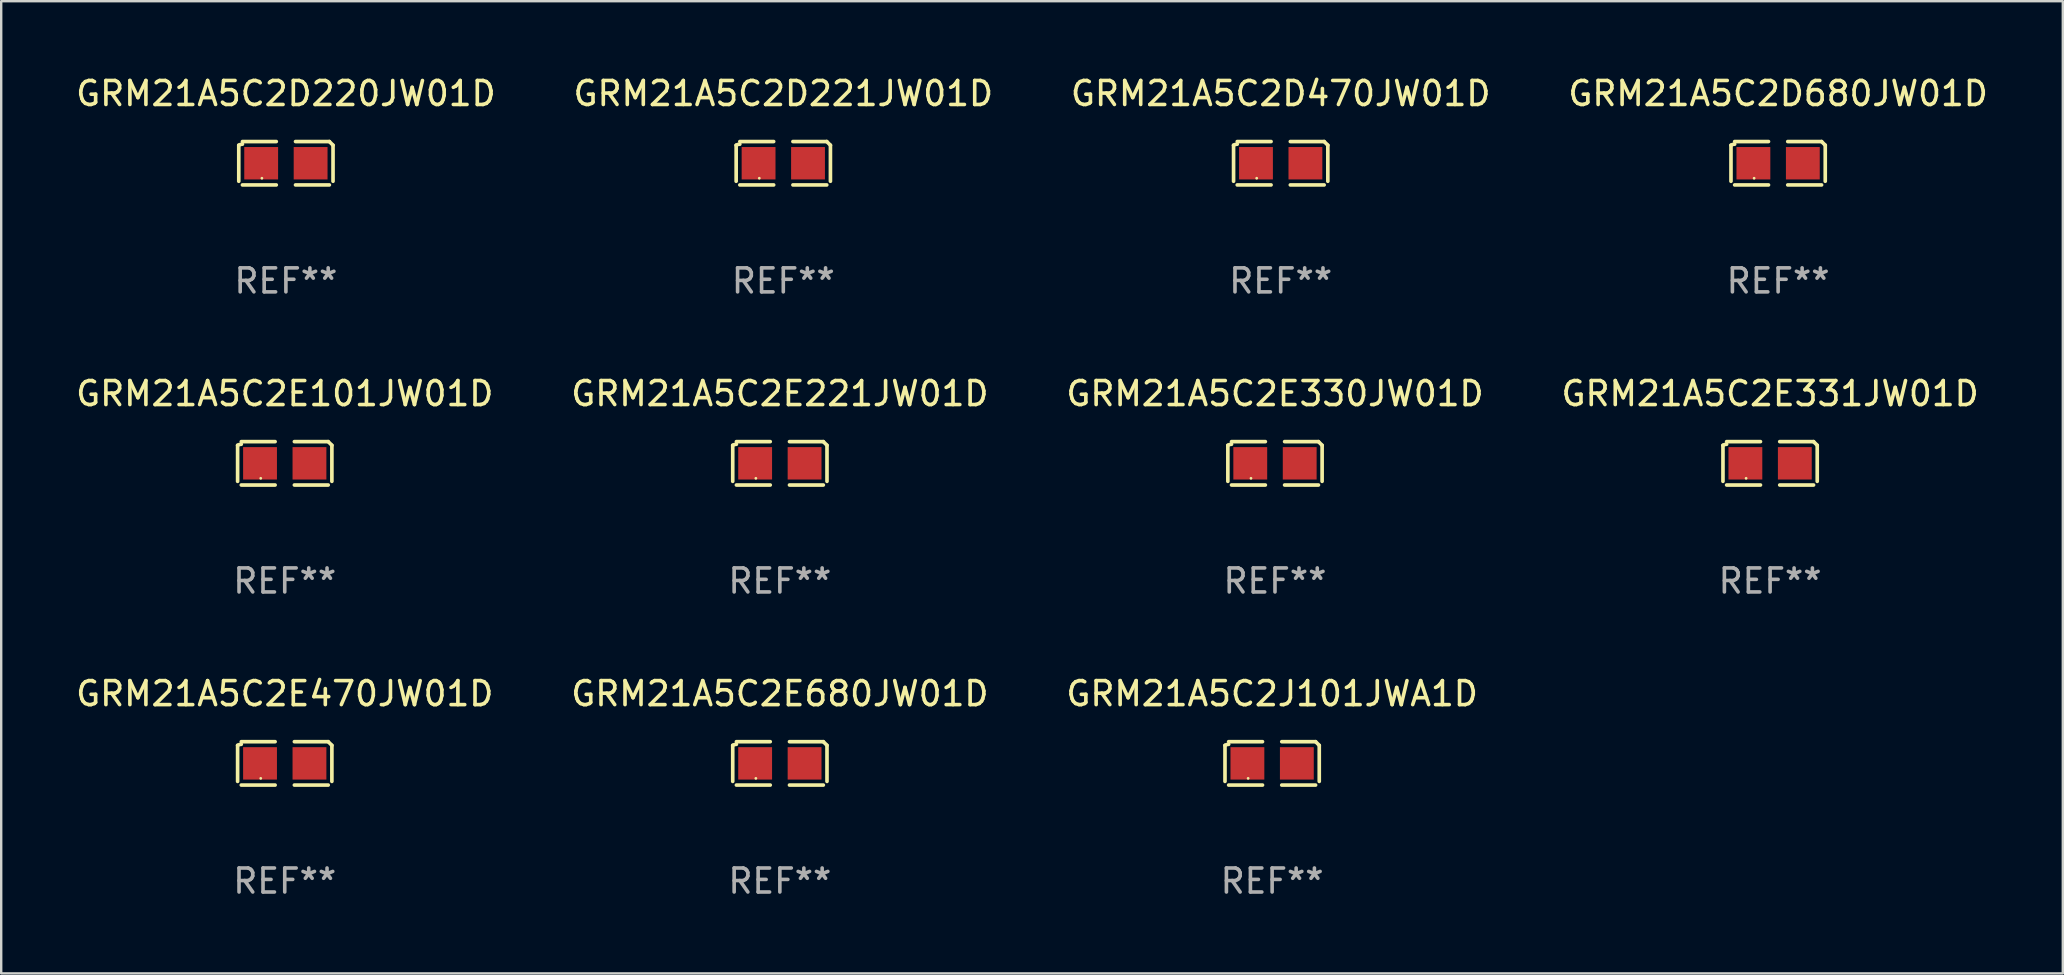
<source format=kicad_pcb>
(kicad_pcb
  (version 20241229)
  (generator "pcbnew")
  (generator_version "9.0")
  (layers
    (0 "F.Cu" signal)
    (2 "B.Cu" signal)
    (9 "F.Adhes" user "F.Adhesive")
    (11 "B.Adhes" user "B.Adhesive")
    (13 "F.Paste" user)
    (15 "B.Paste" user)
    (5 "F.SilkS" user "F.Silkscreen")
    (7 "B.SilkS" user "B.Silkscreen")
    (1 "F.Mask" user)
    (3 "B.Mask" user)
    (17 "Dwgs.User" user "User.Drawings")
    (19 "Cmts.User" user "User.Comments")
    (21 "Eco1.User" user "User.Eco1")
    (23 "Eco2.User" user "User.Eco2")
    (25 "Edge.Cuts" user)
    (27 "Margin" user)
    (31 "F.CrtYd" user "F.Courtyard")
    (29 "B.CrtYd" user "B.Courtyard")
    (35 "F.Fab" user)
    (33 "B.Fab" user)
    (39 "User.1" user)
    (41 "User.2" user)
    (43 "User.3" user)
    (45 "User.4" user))
  (footprint "GRM21A5C2E330JW01D"
    (layer "F.Cu")
    (at 50.077 16.256)
    (property "Reference" "GRM21A5C2E330JW01D" (at 0 -2.904 0) (layer "F.SilkS") (effects (font (size 1 1) (thickness 0.15))))
    (attr through_hole)
    (fp_line (start -1.964 0.751) (end -1.964 -0.751) (stroke (width 0.152) (type solid)) (layer "F.SilkS"))
    (fp_line (start -1.811 -0.904) (end -0.401 -0.904) (stroke (width 0.152) (type solid)) (layer "F.SilkS"))
    (fp_line (start -0.401 0.904) (end -1.811 0.904) (stroke (width 0.152) (type solid)) (layer "F.SilkS"))
    (fp_line (start 0.401 0.904) (end 1.811 0.904) (stroke (width 0.152) (type solid)) (layer "F.SilkS"))
    (fp_line (start 1.811 -0.904) (end 0.401 -0.904) (stroke (width 0.152) (type solid)) (layer "F.SilkS"))
    (fp_line (start 1.964 0.751) (end 1.964 -0.751) (stroke (width 0.152) (type solid)) (layer "F.SilkS"))
    (fp_arc (start -1.963602 -0.751207) (mid -1.890354 -0.783131) (end -1.811201 -0.794044) (stroke (width 0.1524) (type solid)) (layer "F.SilkS"))
    (fp_arc (start 1.811202 -0.903607) (mid 1.887413 -0.827418) (end 1.963602 -0.751207) (stroke (width 0.1524) (type solid)) (layer "F.SilkS"))
    (fp_circle (center -1 0.625) (end -0.97 0.625) (stroke (width 0.06) (type solid)) (fill no) (layer "F.SilkS"))
    (fp_text user "REF**" (at 0 4.904 0) (layer "F.Fab") (effects (font (size 1 1) (thickness 0.15))))
    (pad "1" smd rect (at -1.03 0) (size 1.41 1.35) (layers "F.Cu" "F.Mask" "F.Paste"))
    (pad "2" smd rect (at 1.03 0) (size 1.41 1.35) (layers "F.Cu" "F.Mask" "F.Paste")))
  (footprint "GRM21A5C2E331JW01D"
    (layer "F.Cu")
    (at 70.708 16.256)
    (property "Reference" "GRM21A5C2E331JW01D" (at 0 -2.904 0) (layer "F.SilkS") (effects (font (size 1 1) (thickness 0.15))))
    (attr through_hole)
    (fp_line (start -1.964 0.751) (end -1.964 -0.751) (stroke (width 0.152) (type solid)) (layer "F.SilkS"))
    (fp_line (start -1.811 -0.904) (end -0.401 -0.904) (stroke (width 0.152) (type solid)) (layer "F.SilkS"))
    (fp_line (start -0.401 0.904) (end -1.811 0.904) (stroke (width 0.152) (type solid)) (layer "F.SilkS"))
    (fp_line (start 0.401 0.904) (end 1.811 0.904) (stroke (width 0.152) (type solid)) (layer "F.SilkS"))
    (fp_line (start 1.811 -0.904) (end 0.401 -0.904) (stroke (width 0.152) (type solid)) (layer "F.SilkS"))
    (fp_line (start 1.964 0.751) (end 1.964 -0.751) (stroke (width 0.152) (type solid)) (layer "F.SilkS"))
    (fp_arc (start -1.963602 -0.751207) (mid -1.890354 -0.783131) (end -1.811201 -0.794044) (stroke (width 0.1524) (type solid)) (layer "F.SilkS"))
    (fp_arc (start 1.811202 -0.903607) (mid 1.887413 -0.827418) (end 1.963602 -0.751207) (stroke (width 0.1524) (type solid)) (layer "F.SilkS"))
    (fp_circle (center -1 0.625) (end -0.97 0.625) (stroke (width 0.06) (type solid)) (fill no) (layer "F.SilkS"))
    (fp_text user "REF**" (at 0 4.904 0) (layer "F.Fab") (effects (font (size 1 1) (thickness 0.15))))
    (pad "1" smd rect (at -1.03 0) (size 1.41 1.35) (layers "F.Cu" "F.Mask" "F.Paste"))
    (pad "2" smd rect (at 1.03 0) (size 1.41 1.35) (layers "F.Cu" "F.Mask" "F.Paste")))
  (footprint "GRM21A5C2E221JW01D"
    (layer "F.Cu")
    (at 29.446 16.256)
    (property "Reference" "GRM21A5C2E221JW01D" (at 0 -2.904 0) (layer "F.SilkS") (effects (font (size 1 1) (thickness 0.15))))
    (attr through_hole)
    (fp_line (start -1.964 0.751) (end -1.964 -0.751) (stroke (width 0.152) (type solid)) (layer "F.SilkS"))
    (fp_line (start -1.811 -0.904) (end -0.401 -0.904) (stroke (width 0.152) (type solid)) (layer "F.SilkS"))
    (fp_line (start -0.401 0.904) (end -1.811 0.904) (stroke (width 0.152) (type solid)) (layer "F.SilkS"))
    (fp_line (start 0.401 0.904) (end 1.811 0.904) (stroke (width 0.152) (type solid)) (layer "F.SilkS"))
    (fp_line (start 1.811 -0.904) (end 0.401 -0.904) (stroke (width 0.152) (type solid)) (layer "F.SilkS"))
    (fp_line (start 1.964 0.751) (end 1.964 -0.751) (stroke (width 0.152) (type solid)) (layer "F.SilkS"))
    (fp_arc (start -1.963602 -0.751207) (mid -1.890354 -0.783131) (end -1.811201 -0.794044) (stroke (width 0.1524) (type solid)) (layer "F.SilkS"))
    (fp_arc (start 1.811202 -0.903607) (mid 1.887413 -0.827418) (end 1.963602 -0.751207) (stroke (width 0.1524) (type solid)) (layer "F.SilkS"))
    (fp_circle (center -1 0.625) (end -0.97 0.625) (stroke (width 0.06) (type solid)) (fill no) (layer "F.SilkS"))
    (fp_text user "REF**" (at 0 4.904 0) (layer "F.Fab") (effects (font (size 1 1) (thickness 0.15))))
    (pad "1" smd rect (at -1.03 0) (size 1.41 1.35) (layers "F.Cu" "F.Mask" "F.Paste"))
    (pad "2" smd rect (at 1.03 0) (size 1.41 1.35) (layers "F.Cu" "F.Mask" "F.Paste")))
  (footprint "GRM21A5C2E680JW01D"
    (layer "F.Cu")
    (at 29.446 28.759)
    (property "Reference" "GRM21A5C2E680JW01D" (at 0 -2.904 0) (layer "F.SilkS") (effects (font (size 1 1) (thickness 0.15))))
    (attr through_hole)
    (fp_line (start -1.964 0.751) (end -1.964 -0.751) (stroke (width 0.152) (type solid)) (layer "F.SilkS"))
    (fp_line (start -1.811 -0.904) (end -0.401 -0.904) (stroke (width 0.152) (type solid)) (layer "F.SilkS"))
    (fp_line (start -0.401 0.904) (end -1.811 0.904) (stroke (width 0.152) (type solid)) (layer "F.SilkS"))
    (fp_line (start 0.401 0.904) (end 1.811 0.904) (stroke (width 0.152) (type solid)) (layer "F.SilkS"))
    (fp_line (start 1.811 -0.904) (end 0.401 -0.904) (stroke (width 0.152) (type solid)) (layer "F.SilkS"))
    (fp_line (start 1.964 0.751) (end 1.964 -0.751) (stroke (width 0.152) (type solid)) (layer "F.SilkS"))
    (fp_arc (start -1.963602 -0.751207) (mid -1.890354 -0.783131) (end -1.811201 -0.794044) (stroke (width 0.1524) (type solid)) (layer "F.SilkS"))
    (fp_arc (start 1.811202 -0.903607) (mid 1.887413 -0.827418) (end 1.963602 -0.751207) (stroke (width 0.1524) (type solid)) (layer "F.SilkS"))
    (fp_circle (center -1 0.625) (end -0.97 0.625) (stroke (width 0.06) (type solid)) (fill no) (layer "F.SilkS"))
    (fp_text user "REF**" (at 0 4.904 0) (layer "F.Fab") (effects (font (size 1 1) (thickness 0.15))))
    (pad "1" smd rect (at -1.03 0) (size 1.41 1.35) (layers "F.Cu" "F.Mask" "F.Paste"))
    (pad "2" smd rect (at 1.03 0) (size 1.41 1.35) (layers "F.Cu" "F.Mask" "F.Paste")))
  (footprint "GRM21A5C2D220JW01D"
    (layer "F.Cu")
    (at 8.863 3.752)
    (property "Reference" "GRM21A5C2D220JW01D" (at 0 -2.904 0) (layer "F.SilkS") (effects (font (size 1 1) (thickness 0.15))))
    (attr through_hole)
    (fp_line (start -1.964 0.751) (end -1.964 -0.751) (stroke (width 0.152) (type solid)) (layer "F.SilkS"))
    (fp_line (start -1.811 -0.904) (end -0.401 -0.904) (stroke (width 0.152) (type solid)) (layer "F.SilkS"))
    (fp_line (start -0.401 0.904) (end -1.811 0.904) (stroke (width 0.152) (type solid)) (layer "F.SilkS"))
    (fp_line (start 0.401 0.904) (end 1.811 0.904) (stroke (width 0.152) (type solid)) (layer "F.SilkS"))
    (fp_line (start 1.811 -0.904) (end 0.401 -0.904) (stroke (width 0.152) (type solid)) (layer "F.SilkS"))
    (fp_line (start 1.964 0.751) (end 1.964 -0.751) (stroke (width 0.152) (type solid)) (layer "F.SilkS"))
    (fp_arc (start -1.963602 -0.751207) (mid -1.890354 -0.783131) (end -1.811201 -0.794044) (stroke (width 0.1524) (type solid)) (layer "F.SilkS"))
    (fp_arc (start 1.811202 -0.903607) (mid 1.887413 -0.827418) (end 1.963602 -0.751207) (stroke (width 0.1524) (type solid)) (layer "F.SilkS"))
    (fp_circle (center -1 0.625) (end -0.97 0.625) (stroke (width 0.06) (type solid)) (fill no) (layer "F.SilkS"))
    (fp_text user "REF**" (at 0 4.904 0) (layer "F.Fab") (effects (font (size 1 1) (thickness 0.15))))
    (pad "1" smd rect (at -1.03 0) (size 1.41 1.35) (layers "F.Cu" "F.Mask" "F.Paste"))
    (pad "2" smd rect (at 1.03 0) (size 1.41 1.35) (layers "F.Cu" "F.Mask" "F.Paste")))
  (footprint "GRM21A5C2E470JW01D"
    (layer "F.Cu")
    (at 8.815 28.759)
    (property "Reference" "GRM21A5C2E470JW01D" (at 0 -2.904 0) (layer "F.SilkS") (effects (font (size 1 1) (thickness 0.15))))
    (attr through_hole)
    (fp_line (start -1.964 0.751) (end -1.964 -0.751) (stroke (width 0.152) (type solid)) (layer "F.SilkS"))
    (fp_line (start -1.811 -0.904) (end -0.401 -0.904) (stroke (width 0.152) (type solid)) (layer "F.SilkS"))
    (fp_line (start -0.401 0.904) (end -1.811 0.904) (stroke (width 0.152) (type solid)) (layer "F.SilkS"))
    (fp_line (start 0.401 0.904) (end 1.811 0.904) (stroke (width 0.152) (type solid)) (layer "F.SilkS"))
    (fp_line (start 1.811 -0.904) (end 0.401 -0.904) (stroke (width 0.152) (type solid)) (layer "F.SilkS"))
    (fp_line (start 1.964 0.751) (end 1.964 -0.751) (stroke (width 0.152) (type solid)) (layer "F.SilkS"))
    (fp_arc (start -1.963602 -0.751207) (mid -1.890354 -0.783131) (end -1.811201 -0.794044) (stroke (width 0.1524) (type solid)) (layer "F.SilkS"))
    (fp_arc (start 1.811202 -0.903607) (mid 1.887413 -0.827418) (end 1.963602 -0.751207) (stroke (width 0.1524) (type solid)) (layer "F.SilkS"))
    (fp_circle (center -1 0.625) (end -0.97 0.625) (stroke (width 0.06) (type solid)) (fill no) (layer "F.SilkS"))
    (fp_text user "REF**" (at 0 4.904 0) (layer "F.Fab") (effects (font (size 1 1) (thickness 0.15))))
    (pad "1" smd rect (at -1.03 0) (size 1.41 1.35) (layers "F.Cu" "F.Mask" "F.Paste"))
    (pad "2" smd rect (at 1.03 0) (size 1.41 1.35) (layers "F.Cu" "F.Mask" "F.Paste")))
  (footprint "GRM21A5C2D680JW01D"
    (layer "F.Cu")
    (at 71.042 3.752)
    (property "Reference" "GRM21A5C2D680JW01D" (at 0 -2.904 0) (layer "F.SilkS") (effects (font (size 1 1) (thickness 0.15))))
    (attr through_hole)
    (fp_line (start -1.964 0.751) (end -1.964 -0.751) (stroke (width 0.152) (type solid)) (layer "F.SilkS"))
    (fp_line (start -1.811 -0.904) (end -0.401 -0.904) (stroke (width 0.152) (type solid)) (layer "F.SilkS"))
    (fp_line (start -0.401 0.904) (end -1.811 0.904) (stroke (width 0.152) (type solid)) (layer "F.SilkS"))
    (fp_line (start 0.401 0.904) (end 1.811 0.904) (stroke (width 0.152) (type solid)) (layer "F.SilkS"))
    (fp_line (start 1.811 -0.904) (end 0.401 -0.904) (stroke (width 0.152) (type solid)) (layer "F.SilkS"))
    (fp_line (start 1.964 0.751) (end 1.964 -0.751) (stroke (width 0.152) (type solid)) (layer "F.SilkS"))
    (fp_arc (start -1.963602 -0.751207) (mid -1.890354 -0.783131) (end -1.811201 -0.794044) (stroke (width 0.1524) (type solid)) (layer "F.SilkS"))
    (fp_arc (start 1.811202 -0.903607) (mid 1.887413 -0.827418) (end 1.963602 -0.751207) (stroke (width 0.1524) (type solid)) (layer "F.SilkS"))
    (fp_circle (center -1 0.625) (end -0.97 0.625) (stroke (width 0.06) (type solid)) (fill no) (layer "F.SilkS"))
    (fp_text user "REF**" (at 0 4.904 0) (layer "F.Fab") (effects (font (size 1 1) (thickness 0.15))))
    (pad "1" smd rect (at -1.03 0) (size 1.41 1.35) (layers "F.Cu" "F.Mask" "F.Paste"))
    (pad "2" smd rect (at 1.03 0) (size 1.41 1.35) (layers "F.Cu" "F.Mask" "F.Paste")))
  (footprint "GRM21A5C2D221JW01D"
    (layer "F.Cu")
    (at 29.589 3.752)
    (property "Reference" "GRM21A5C2D221JW01D" (at 0 -2.904 0) (layer "F.SilkS") (effects (font (size 1 1) (thickness 0.15))))
    (attr through_hole)
    (fp_line (start -1.964 0.751) (end -1.964 -0.751) (stroke (width 0.152) (type solid)) (layer "F.SilkS"))
    (fp_line (start -1.811 -0.904) (end -0.401 -0.904) (stroke (width 0.152) (type solid)) (layer "F.SilkS"))
    (fp_line (start -0.401 0.904) (end -1.811 0.904) (stroke (width 0.152) (type solid)) (layer "F.SilkS"))
    (fp_line (start 0.401 0.904) (end 1.811 0.904) (stroke (width 0.152) (type solid)) (layer "F.SilkS"))
    (fp_line (start 1.811 -0.904) (end 0.401 -0.904) (stroke (width 0.152) (type solid)) (layer "F.SilkS"))
    (fp_line (start 1.964 0.751) (end 1.964 -0.751) (stroke (width 0.152) (type solid)) (layer "F.SilkS"))
    (fp_arc (start -1.963602 -0.751207) (mid -1.890354 -0.783131) (end -1.811201 -0.794044) (stroke (width 0.1524) (type solid)) (layer "F.SilkS"))
    (fp_arc (start 1.811202 -0.903607) (mid 1.887413 -0.827418) (end 1.963602 -0.751207) (stroke (width 0.1524) (type solid)) (layer "F.SilkS"))
    (fp_circle (center -1 0.625) (end -0.97 0.625) (stroke (width 0.06) (type solid)) (fill no) (layer "F.SilkS"))
    (fp_text user "REF**" (at 0 4.904 0) (layer "F.Fab") (effects (font (size 1 1) (thickness 0.15))))
    (pad "1" smd rect (at -1.03 0) (size 1.41 1.35) (layers "F.Cu" "F.Mask" "F.Paste"))
    (pad "2" smd rect (at 1.03 0) (size 1.41 1.35) (layers "F.Cu" "F.Mask" "F.Paste")))
  (footprint "GRM21A5C2E101JW01D"
    (layer "F.Cu")
    (at 8.815 16.256)
    (property "Reference" "GRM21A5C2E101JW01D" (at 0 -2.904 0) (layer "F.SilkS") (effects (font (size 1 1) (thickness 0.15))))
    (attr through_hole)
    (fp_line (start -1.964 0.751) (end -1.964 -0.751) (stroke (width 0.152) (type solid)) (layer "F.SilkS"))
    (fp_line (start -1.811 -0.904) (end -0.401 -0.904) (stroke (width 0.152) (type solid)) (layer "F.SilkS"))
    (fp_line (start -0.401 0.904) (end -1.811 0.904) (stroke (width 0.152) (type solid)) (layer "F.SilkS"))
    (fp_line (start 0.401 0.904) (end 1.811 0.904) (stroke (width 0.152) (type solid)) (layer "F.SilkS"))
    (fp_line (start 1.811 -0.904) (end 0.401 -0.904) (stroke (width 0.152) (type solid)) (layer "F.SilkS"))
    (fp_line (start 1.964 0.751) (end 1.964 -0.751) (stroke (width 0.152) (type solid)) (layer "F.SilkS"))
    (fp_arc (start -1.963602 -0.751207) (mid -1.890354 -0.783131) (end -1.811201 -0.794044) (stroke (width 0.1524) (type solid)) (layer "F.SilkS"))
    (fp_arc (start 1.811202 -0.903607) (mid 1.887413 -0.827418) (end 1.963602 -0.751207) (stroke (width 0.1524) (type solid)) (layer "F.SilkS"))
    (fp_circle (center -1 0.625) (end -0.97 0.625) (stroke (width 0.06) (type solid)) (fill no) (layer "F.SilkS"))
    (fp_text user "REF**" (at 0 4.904 0) (layer "F.Fab") (effects (font (size 1 1) (thickness 0.15))))
    (pad "1" smd rect (at -1.03 0) (size 1.41 1.35) (layers "F.Cu" "F.Mask" "F.Paste"))
    (pad "2" smd rect (at 1.03 0) (size 1.41 1.35) (layers "F.Cu" "F.Mask" "F.Paste")))
  (footprint "GRM21A5C2J101JWA1D"
    (layer "F.Cu")
    (at 49.958 28.759)
    (property "Reference" "GRM21A5C2J101JWA1D" (at 0 -2.904 0) (layer "F.SilkS") (effects (font (size 1 1) (thickness 0.15))))
    (attr through_hole)
    (fp_line (start -1.964 0.751) (end -1.964 -0.751) (stroke (width 0.152) (type solid)) (layer "F.SilkS"))
    (fp_line (start -1.811 -0.904) (end -0.401 -0.904) (stroke (width 0.152) (type solid)) (layer "F.SilkS"))
    (fp_line (start -0.401 0.904) (end -1.811 0.904) (stroke (width 0.152) (type solid)) (layer "F.SilkS"))
    (fp_line (start 0.401 0.904) (end 1.811 0.904) (stroke (width 0.152) (type solid)) (layer "F.SilkS"))
    (fp_line (start 1.811 -0.904) (end 0.401 -0.904) (stroke (width 0.152) (type solid)) (layer "F.SilkS"))
    (fp_line (start 1.964 0.751) (end 1.964 -0.751) (stroke (width 0.152) (type solid)) (layer "F.SilkS"))
    (fp_arc (start -1.963602 -0.751207) (mid -1.890354 -0.783131) (end -1.811201 -0.794044) (stroke (width 0.1524) (type solid)) (layer "F.SilkS"))
    (fp_arc (start 1.811202 -0.903607) (mid 1.887413 -0.827418) (end 1.963602 -0.751207) (stroke (width 0.1524) (type solid)) (layer "F.SilkS"))
    (fp_circle (center -1 0.625) (end -0.97 0.625) (stroke (width 0.06) (type solid)) (fill no) (layer "F.SilkS"))
    (fp_text user "REF**" (at 0 4.904 0) (layer "F.Fab") (effects (font (size 1 1) (thickness 0.15))))
    (pad "1" smd rect (at -1.03 0) (size 1.41 1.35) (layers "F.Cu" "F.Mask" "F.Paste"))
    (pad "2" smd rect (at 1.03 0) (size 1.41 1.35) (layers "F.Cu" "F.Mask" "F.Paste")))
  (footprint "GRM21A5C2D470JW01D"
    (layer "F.Cu")
    (at 50.315 3.752)
    (property "Reference" "GRM21A5C2D470JW01D" (at 0 -2.904 0) (layer "F.SilkS") (effects (font (size 1 1) (thickness 0.15))))
    (attr through_hole)
    (fp_line (start -1.964 0.751) (end -1.964 -0.751) (stroke (width 0.152) (type solid)) (layer "F.SilkS"))
    (fp_line (start -1.811 -0.904) (end -0.401 -0.904) (stroke (width 0.152) (type solid)) (layer "F.SilkS"))
    (fp_line (start -0.401 0.904) (end -1.811 0.904) (stroke (width 0.152) (type solid)) (layer "F.SilkS"))
    (fp_line (start 0.401 0.904) (end 1.811 0.904) (stroke (width 0.152) (type solid)) (layer "F.SilkS"))
    (fp_line (start 1.811 -0.904) (end 0.401 -0.904) (stroke (width 0.152) (type solid)) (layer "F.SilkS"))
    (fp_line (start 1.964 0.751) (end 1.964 -0.751) (stroke (width 0.152) (type solid)) (layer "F.SilkS"))
    (fp_arc (start -1.963602 -0.751207) (mid -1.890354 -0.783131) (end -1.811201 -0.794044) (stroke (width 0.1524) (type solid)) (layer "F.SilkS"))
    (fp_arc (start 1.811202 -0.903607) (mid 1.887413 -0.827418) (end 1.963602 -0.751207) (stroke (width 0.1524) (type solid)) (layer "F.SilkS"))
    (fp_circle (center -1 0.625) (end -0.97 0.625) (stroke (width 0.06) (type solid)) (fill no) (layer "F.SilkS"))
    (fp_text user "REF**" (at 0 4.904 0) (layer "F.Fab") (effects (font (size 1 1) (thickness 0.15))))
    (pad "1" smd rect (at -1.03 0) (size 1.41 1.35) (layers "F.Cu" "F.Mask" "F.Paste"))
    (pad "2" smd rect (at 1.03 0) (size 1.41 1.35) (layers "F.Cu" "F.Mask" "F.Paste")))
  (gr_rect
    (start -3 -3)
    (end 82.905 37.511)
    (stroke (width 0.1) (type default))
    (fill no)
    (layer "Edge.Cuts")))
</source>
